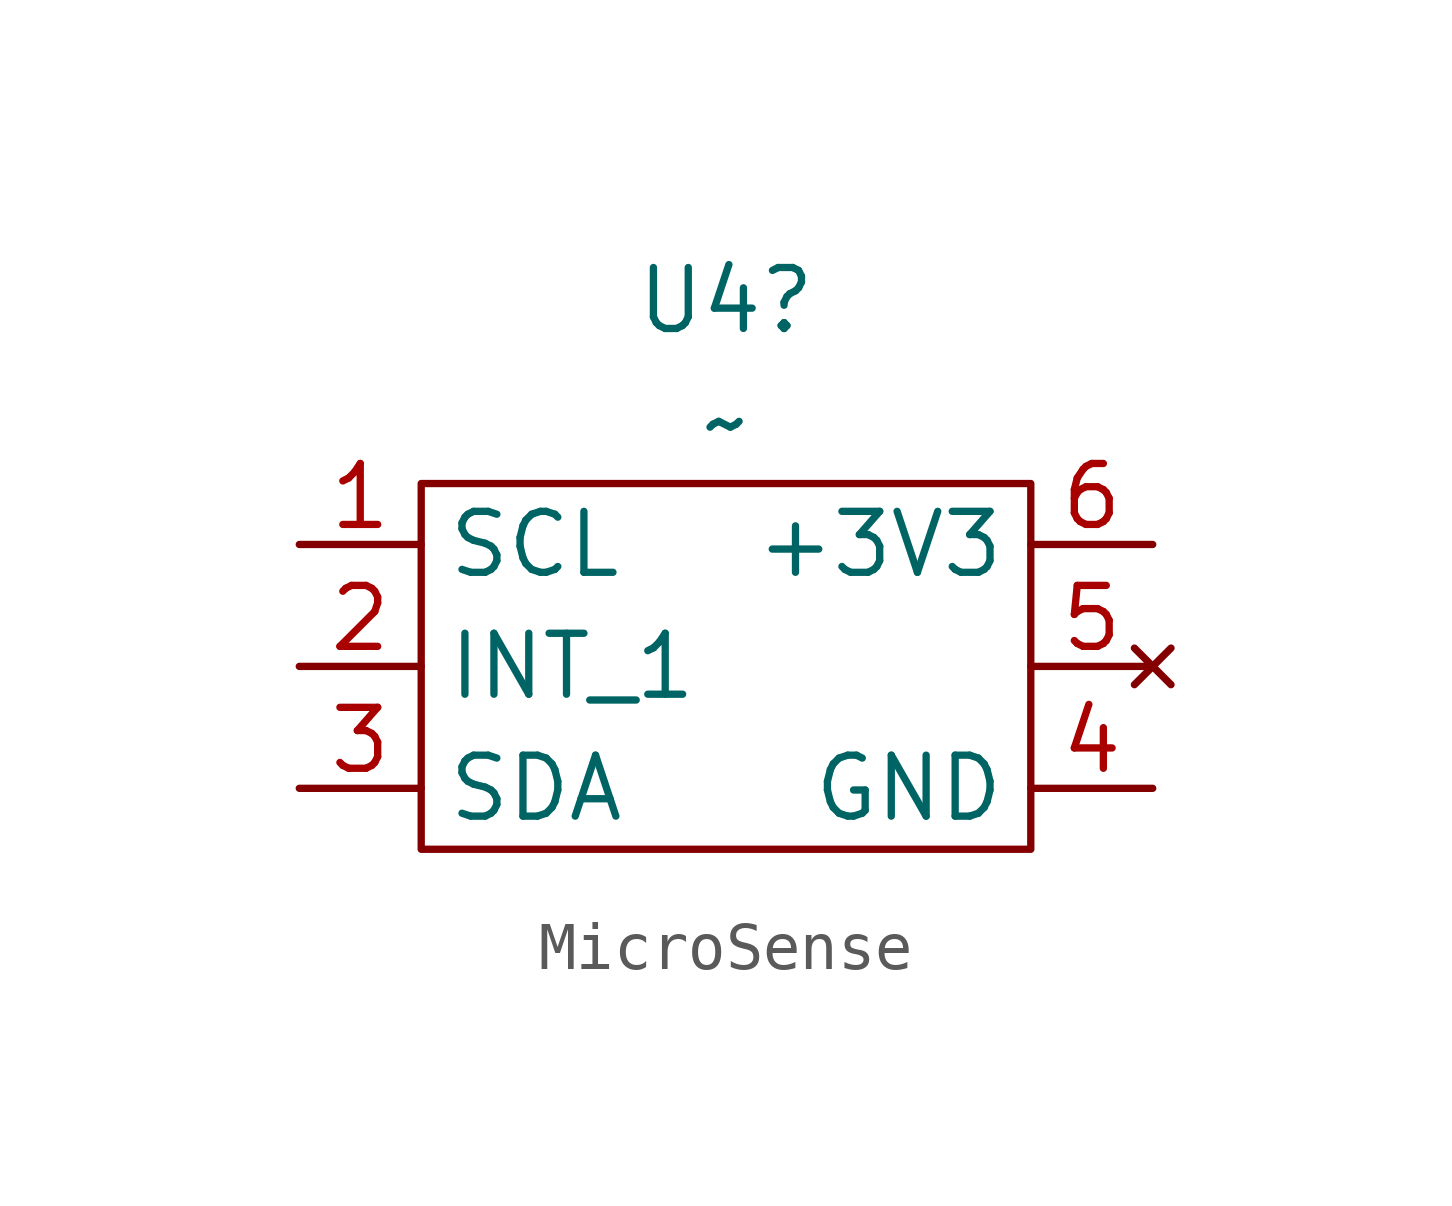
<source format=kicad_sym>
(kicad_symbol_lib
  (version 20231120)
  (generator "kicad_symbol_editor")
  (generator_version "8.0")
  (symbol "MicroSense"
    (property "Reference" "U4"
      (at 0 12.7 0)
      (effects (font (size 1.27 1.27))))
    (property "Value" "~"
      (at 0 10.16 0)
      (effects (font (size 1.27 1.27))))
    (symbol "MicroSense_1_1"
      (rectangle (start -6.35 8.89) (end 6.35 1.27) (stroke (width 0) (type default)) (fill (type none)))
      (pin output line (at -8.89 7.62 0) (length 2.54) (name "SCL" (effects (font (size 1.27 1.27)))) (number "1" (effects (font (size 1.27 1.27)))))
      (pin output line (at -8.89 5.08 0) (length 2.54) (name "INT_1" (effects (font (size 1.27 1.27)))) (number "2" (effects (font (size 1.27 1.27)))))
      (pin output line (at -8.89 2.54 0) (length 2.54) (name "SDA" (effects (font (size 1.27 1.27)))) (number "3" (effects (font (size 1.27 1.27)))))
      (pin input line (at 8.89 2.54 180) (length 2.54) (name "GND" (effects (font (size 1.27 1.27)))) (number "4" (effects (font (size 1.27 1.27)))))
      (pin no_connect line (at 8.89 5.08 180) (length 2.54) (name "" (effects (font (size 1.27 1.27)))) (number "5" (effects (font (size 1.27 1.27)))))
      (pin input line (at 8.89 7.62 180) (length 2.54) (name "+3V3" (effects (font (size 1.27 1.27)))) (number "6" (effects (font (size 1.27 1.27))))))))
</source>
